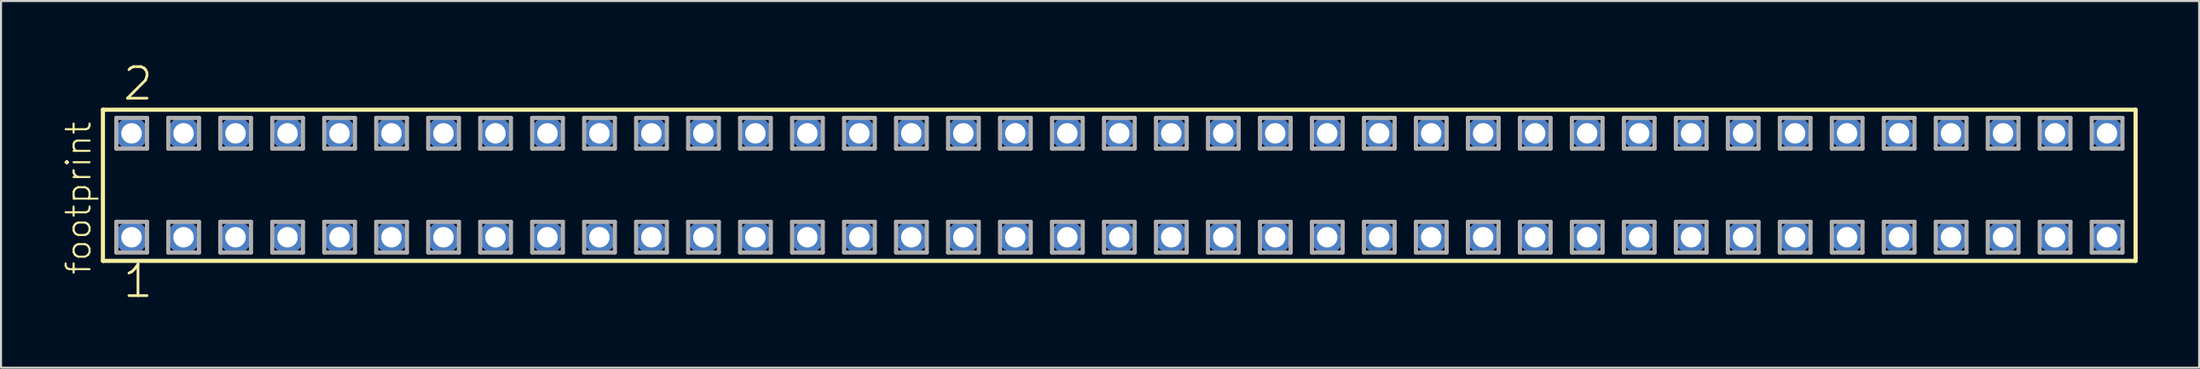
<source format=kicad_pcb>
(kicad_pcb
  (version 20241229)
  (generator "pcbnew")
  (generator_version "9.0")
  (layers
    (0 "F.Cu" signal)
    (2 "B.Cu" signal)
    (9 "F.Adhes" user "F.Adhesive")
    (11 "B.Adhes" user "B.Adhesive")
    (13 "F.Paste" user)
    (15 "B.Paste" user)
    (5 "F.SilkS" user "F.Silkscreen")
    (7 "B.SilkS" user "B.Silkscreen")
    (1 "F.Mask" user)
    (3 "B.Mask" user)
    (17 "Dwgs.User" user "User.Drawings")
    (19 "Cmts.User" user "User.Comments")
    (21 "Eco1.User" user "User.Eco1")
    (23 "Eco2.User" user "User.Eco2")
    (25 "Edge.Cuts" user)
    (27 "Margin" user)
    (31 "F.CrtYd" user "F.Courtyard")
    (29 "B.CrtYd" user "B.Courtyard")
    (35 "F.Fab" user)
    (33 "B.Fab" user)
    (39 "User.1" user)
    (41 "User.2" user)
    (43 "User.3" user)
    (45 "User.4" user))
  (footprint "footprint"
    (layer "F.Cu")
    (at 51.638 6.009)
    (property "Reference" "footprint" (at -50.165 4.445 90) (layer "F.SilkS") (effects (font (size 1.168 1.168) (thickness 0.102)) (justify left bottom)))
    (fp_line (start -49.659 -3.695) (end 49.659 -3.695) (stroke (width 0.203) (type solid)) (layer "F.SilkS"))
    (fp_line (start -49.659 3.695) (end -49.659 -3.695) (stroke (width 0.203) (type solid)) (layer "F.SilkS"))
    (fp_line (start 49.659 -3.695) (end 49.659 3.695) (stroke (width 0.203) (type solid)) (layer "F.SilkS"))
    (fp_line (start 49.659 3.695) (end -49.659 3.695) (stroke (width 0.203) (type solid)) (layer "F.SilkS"))
    (fp_line (start -49.005 -3.295) (end -47.505 -3.295) (stroke (width 0.203) (type solid)) (layer "F.Fab"))
    (fp_line (start -49.005 -1.795) (end -49.005 -3.295) (stroke (width 0.203) (type solid)) (layer "F.Fab"))
    (fp_line (start -49.005 1.785) (end -47.505 1.785) (stroke (width 0.203) (type solid)) (layer "F.Fab"))
    (fp_line (start -49.005 3.285) (end -49.005 1.785) (stroke (width 0.203) (type solid)) (layer "F.Fab"))
    (fp_line (start -47.505 -3.295) (end -47.505 -1.795) (stroke (width 0.203) (type solid)) (layer "F.Fab"))
    (fp_line (start -47.505 -1.795) (end -49.005 -1.795) (stroke (width 0.203) (type solid)) (layer "F.Fab"))
    (fp_line (start -47.505 1.785) (end -47.505 3.285) (stroke (width 0.203) (type solid)) (layer "F.Fab"))
    (fp_line (start -47.505 3.285) (end -49.005 3.285) (stroke (width 0.203) (type solid)) (layer "F.Fab"))
    (fp_line (start -46.465 -3.295) (end -44.965 -3.295) (stroke (width 0.203) (type solid)) (layer "F.Fab"))
    (fp_line (start -46.465 -1.795) (end -46.465 -3.295) (stroke (width 0.203) (type solid)) (layer "F.Fab"))
    (fp_line (start -46.465 1.785) (end -44.965 1.785) (stroke (width 0.203) (type solid)) (layer "F.Fab"))
    (fp_line (start -46.465 3.285) (end -46.465 1.785) (stroke (width 0.203) (type solid)) (layer "F.Fab"))
    (fp_line (start -44.965 -3.295) (end -44.965 -1.795) (stroke (width 0.203) (type solid)) (layer "F.Fab"))
    (fp_line (start -44.965 -1.795) (end -46.465 -1.795) (stroke (width 0.203) (type solid)) (layer "F.Fab"))
    (fp_line (start -44.965 1.785) (end -44.965 3.285) (stroke (width 0.203) (type solid)) (layer "F.Fab"))
    (fp_line (start -44.965 3.285) (end -46.465 3.285) (stroke (width 0.203) (type solid)) (layer "F.Fab"))
    (fp_line (start -43.925 -3.295) (end -42.425 -3.295) (stroke (width 0.203) (type solid)) (layer "F.Fab"))
    (fp_line (start -43.925 -1.795) (end -43.925 -3.295) (stroke (width 0.203) (type solid)) (layer "F.Fab"))
    (fp_line (start -43.925 1.785) (end -42.425 1.785) (stroke (width 0.203) (type solid)) (layer "F.Fab"))
    (fp_line (start -43.925 3.285) (end -43.925 1.785) (stroke (width 0.203) (type solid)) (layer "F.Fab"))
    (fp_line (start -42.425 -3.295) (end -42.425 -1.795) (stroke (width 0.203) (type solid)) (layer "F.Fab"))
    (fp_line (start -42.425 -1.795) (end -43.925 -1.795) (stroke (width 0.203) (type solid)) (layer "F.Fab"))
    (fp_line (start -42.425 1.785) (end -42.425 3.285) (stroke (width 0.203) (type solid)) (layer "F.Fab"))
    (fp_line (start -42.425 3.285) (end -43.925 3.285) (stroke (width 0.203) (type solid)) (layer "F.Fab"))
    (fp_line (start -41.385 -3.295) (end -39.885 -3.295) (stroke (width 0.203) (type solid)) (layer "F.Fab"))
    (fp_line (start -41.385 -1.795) (end -41.385 -3.295) (stroke (width 0.203) (type solid)) (layer "F.Fab"))
    (fp_line (start -41.385 1.785) (end -39.885 1.785) (stroke (width 0.203) (type solid)) (layer "F.Fab"))
    (fp_line (start -41.385 3.285) (end -41.385 1.785) (stroke (width 0.203) (type solid)) (layer "F.Fab"))
    (fp_line (start -39.885 -3.295) (end -39.885 -1.795) (stroke (width 0.203) (type solid)) (layer "F.Fab"))
    (fp_line (start -39.885 -1.795) (end -41.385 -1.795) (stroke (width 0.203) (type solid)) (layer "F.Fab"))
    (fp_line (start -39.885 1.785) (end -39.885 3.285) (stroke (width 0.203) (type solid)) (layer "F.Fab"))
    (fp_line (start -39.885 3.285) (end -41.385 3.285) (stroke (width 0.203) (type solid)) (layer "F.Fab"))
    (fp_line (start -38.845 -3.295) (end -37.345 -3.295) (stroke (width 0.203) (type solid)) (layer "F.Fab"))
    (fp_line (start -38.845 -1.795) (end -38.845 -3.295) (stroke (width 0.203) (type solid)) (layer "F.Fab"))
    (fp_line (start -38.845 1.785) (end -37.345 1.785) (stroke (width 0.203) (type solid)) (layer "F.Fab"))
    (fp_line (start -38.845 3.285) (end -38.845 1.785) (stroke (width 0.203) (type solid)) (layer "F.Fab"))
    (fp_line (start -37.345 -3.295) (end -37.345 -1.795) (stroke (width 0.203) (type solid)) (layer "F.Fab"))
    (fp_line (start -37.345 -1.795) (end -38.845 -1.795) (stroke (width 0.203) (type solid)) (layer "F.Fab"))
    (fp_line (start -37.345 1.785) (end -37.345 3.285) (stroke (width 0.203) (type solid)) (layer "F.Fab"))
    (fp_line (start -37.345 3.285) (end -38.845 3.285) (stroke (width 0.203) (type solid)) (layer "F.Fab"))
    (fp_line (start -36.305 -3.295) (end -34.805 -3.295) (stroke (width 0.203) (type solid)) (layer "F.Fab"))
    (fp_line (start -36.305 -1.795) (end -36.305 -3.295) (stroke (width 0.203) (type solid)) (layer "F.Fab"))
    (fp_line (start -36.305 1.785) (end -34.805 1.785) (stroke (width 0.203) (type solid)) (layer "F.Fab"))
    (fp_line (start -36.305 3.285) (end -36.305 1.785) (stroke (width 0.203) (type solid)) (layer "F.Fab"))
    (fp_line (start -34.805 -3.295) (end -34.805 -1.795) (stroke (width 0.203) (type solid)) (layer "F.Fab"))
    (fp_line (start -34.805 -1.795) (end -36.305 -1.795) (stroke (width 0.203) (type solid)) (layer "F.Fab"))
    (fp_line (start -34.805 1.785) (end -34.805 3.285) (stroke (width 0.203) (type solid)) (layer "F.Fab"))
    (fp_line (start -34.805 3.285) (end -36.305 3.285) (stroke (width 0.203) (type solid)) (layer "F.Fab"))
    (fp_line (start -33.765 -3.295) (end -32.265 -3.295) (stroke (width 0.203) (type solid)) (layer "F.Fab"))
    (fp_line (start -33.765 -1.795) (end -33.765 -3.295) (stroke (width 0.203) (type solid)) (layer "F.Fab"))
    (fp_line (start -33.765 1.785) (end -32.265 1.785) (stroke (width 0.203) (type solid)) (layer "F.Fab"))
    (fp_line (start -33.765 3.285) (end -33.765 1.785) (stroke (width 0.203) (type solid)) (layer "F.Fab"))
    (fp_line (start -32.265 -3.295) (end -32.265 -1.795) (stroke (width 0.203) (type solid)) (layer "F.Fab"))
    (fp_line (start -32.265 -1.795) (end -33.765 -1.795) (stroke (width 0.203) (type solid)) (layer "F.Fab"))
    (fp_line (start -32.265 1.785) (end -32.265 3.285) (stroke (width 0.203) (type solid)) (layer "F.Fab"))
    (fp_line (start -32.265 3.285) (end -33.765 3.285) (stroke (width 0.203) (type solid)) (layer "F.Fab"))
    (fp_line (start -31.225 -3.295) (end -29.725 -3.295) (stroke (width 0.203) (type solid)) (layer "F.Fab"))
    (fp_line (start -31.225 -1.795) (end -31.225 -3.295) (stroke (width 0.203) (type solid)) (layer "F.Fab"))
    (fp_line (start -31.225 1.785) (end -29.725 1.785) (stroke (width 0.203) (type solid)) (layer "F.Fab"))
    (fp_line (start -31.225 3.285) (end -31.225 1.785) (stroke (width 0.203) (type solid)) (layer "F.Fab"))
    (fp_line (start -29.725 -3.295) (end -29.725 -1.795) (stroke (width 0.203) (type solid)) (layer "F.Fab"))
    (fp_line (start -29.725 -1.795) (end -31.225 -1.795) (stroke (width 0.203) (type solid)) (layer "F.Fab"))
    (fp_line (start -29.725 1.785) (end -29.725 3.285) (stroke (width 0.203) (type solid)) (layer "F.Fab"))
    (fp_line (start -29.725 3.285) (end -31.225 3.285) (stroke (width 0.203) (type solid)) (layer "F.Fab"))
    (fp_line (start -28.685 -3.295) (end -27.185 -3.295) (stroke (width 0.203) (type solid)) (layer "F.Fab"))
    (fp_line (start -28.685 -1.795) (end -28.685 -3.295) (stroke (width 0.203) (type solid)) (layer "F.Fab"))
    (fp_line (start -28.685 1.785) (end -27.185 1.785) (stroke (width 0.203) (type solid)) (layer "F.Fab"))
    (fp_line (start -28.685 3.285) (end -28.685 1.785) (stroke (width 0.203) (type solid)) (layer "F.Fab"))
    (fp_line (start -27.185 -3.295) (end -27.185 -1.795) (stroke (width 0.203) (type solid)) (layer "F.Fab"))
    (fp_line (start -27.185 -1.795) (end -28.685 -1.795) (stroke (width 0.203) (type solid)) (layer "F.Fab"))
    (fp_line (start -27.185 1.785) (end -27.185 3.285) (stroke (width 0.203) (type solid)) (layer "F.Fab"))
    (fp_line (start -27.185 3.285) (end -28.685 3.285) (stroke (width 0.203) (type solid)) (layer "F.Fab"))
    (fp_line (start -26.145 -3.295) (end -24.645 -3.295) (stroke (width 0.203) (type solid)) (layer "F.Fab"))
    (fp_line (start -26.145 -1.795) (end -26.145 -3.295) (stroke (width 0.203) (type solid)) (layer "F.Fab"))
    (fp_line (start -26.145 1.785) (end -24.645 1.785) (stroke (width 0.203) (type solid)) (layer "F.Fab"))
    (fp_line (start -26.145 3.285) (end -26.145 1.785) (stroke (width 0.203) (type solid)) (layer "F.Fab"))
    (fp_line (start -24.645 -3.295) (end -24.645 -1.795) (stroke (width 0.203) (type solid)) (layer "F.Fab"))
    (fp_line (start -24.645 -1.795) (end -26.145 -1.795) (stroke (width 0.203) (type solid)) (layer "F.Fab"))
    (fp_line (start -24.645 1.785) (end -24.645 3.285) (stroke (width 0.203) (type solid)) (layer "F.Fab"))
    (fp_line (start -24.645 3.285) (end -26.145 3.285) (stroke (width 0.203) (type solid)) (layer "F.Fab"))
    (fp_line (start -23.605 -3.295) (end -22.105 -3.295) (stroke (width 0.203) (type solid)) (layer "F.Fab"))
    (fp_line (start -23.605 -1.795) (end -23.605 -3.295) (stroke (width 0.203) (type solid)) (layer "F.Fab"))
    (fp_line (start -23.605 1.785) (end -22.105 1.785) (stroke (width 0.203) (type solid)) (layer "F.Fab"))
    (fp_line (start -23.605 3.285) (end -23.605 1.785) (stroke (width 0.203) (type solid)) (layer "F.Fab"))
    (fp_line (start -22.105 -3.295) (end -22.105 -1.795) (stroke (width 0.203) (type solid)) (layer "F.Fab"))
    (fp_line (start -22.105 -1.795) (end -23.605 -1.795) (stroke (width 0.203) (type solid)) (layer "F.Fab"))
    (fp_line (start -22.105 1.785) (end -22.105 3.285) (stroke (width 0.203) (type solid)) (layer "F.Fab"))
    (fp_line (start -22.105 3.285) (end -23.605 3.285) (stroke (width 0.203) (type solid)) (layer "F.Fab"))
    (fp_line (start -21.065 -3.295) (end -19.565 -3.295) (stroke (width 0.203) (type solid)) (layer "F.Fab"))
    (fp_line (start -21.065 -1.795) (end -21.065 -3.295) (stroke (width 0.203) (type solid)) (layer "F.Fab"))
    (fp_line (start -21.065 1.785) (end -19.565 1.785) (stroke (width 0.203) (type solid)) (layer "F.Fab"))
    (fp_line (start -21.065 3.285) (end -21.065 1.785) (stroke (width 0.203) (type solid)) (layer "F.Fab"))
    (fp_line (start -19.565 -3.295) (end -19.565 -1.795) (stroke (width 0.203) (type solid)) (layer "F.Fab"))
    (fp_line (start -19.565 -1.795) (end -21.065 -1.795) (stroke (width 0.203) (type solid)) (layer "F.Fab"))
    (fp_line (start -19.565 1.785) (end -19.565 3.285) (stroke (width 0.203) (type solid)) (layer "F.Fab"))
    (fp_line (start -19.565 3.285) (end -21.065 3.285) (stroke (width 0.203) (type solid)) (layer "F.Fab"))
    (fp_line (start -18.525 -3.295) (end -17.025 -3.295) (stroke (width 0.203) (type solid)) (layer "F.Fab"))
    (fp_line (start -18.525 -1.795) (end -18.525 -3.295) (stroke (width 0.203) (type solid)) (layer "F.Fab"))
    (fp_line (start -18.525 1.785) (end -17.025 1.785) (stroke (width 0.203) (type solid)) (layer "F.Fab"))
    (fp_line (start -18.525 3.285) (end -18.525 1.785) (stroke (width 0.203) (type solid)) (layer "F.Fab"))
    (fp_line (start -17.025 -3.295) (end -17.025 -1.795) (stroke (width 0.203) (type solid)) (layer "F.Fab"))
    (fp_line (start -17.025 -1.795) (end -18.525 -1.795) (stroke (width 0.203) (type solid)) (layer "F.Fab"))
    (fp_line (start -17.025 1.785) (end -17.025 3.285) (stroke (width 0.203) (type solid)) (layer "F.Fab"))
    (fp_line (start -17.025 3.285) (end -18.525 3.285) (stroke (width 0.203) (type solid)) (layer "F.Fab"))
    (fp_line (start -15.985 -3.295) (end -14.485 -3.295) (stroke (width 0.203) (type solid)) (layer "F.Fab"))
    (fp_line (start -15.985 -1.795) (end -15.985 -3.295) (stroke (width 0.203) (type solid)) (layer "F.Fab"))
    (fp_line (start -15.985 1.785) (end -14.485 1.785) (stroke (width 0.203) (type solid)) (layer "F.Fab"))
    (fp_line (start -15.985 3.285) (end -15.985 1.785) (stroke (width 0.203) (type solid)) (layer "F.Fab"))
    (fp_line (start -14.485 -3.295) (end -14.485 -1.795) (stroke (width 0.203) (type solid)) (layer "F.Fab"))
    (fp_line (start -14.485 -1.795) (end -15.985 -1.795) (stroke (width 0.203) (type solid)) (layer "F.Fab"))
    (fp_line (start -14.485 1.785) (end -14.485 3.285) (stroke (width 0.203) (type solid)) (layer "F.Fab"))
    (fp_line (start -14.485 3.285) (end -15.985 3.285) (stroke (width 0.203) (type solid)) (layer "F.Fab"))
    (fp_line (start -13.445 -3.295) (end -11.945 -3.295) (stroke (width 0.203) (type solid)) (layer "F.Fab"))
    (fp_line (start -13.445 -1.795) (end -13.445 -3.295) (stroke (width 0.203) (type solid)) (layer "F.Fab"))
    (fp_line (start -13.445 1.785) (end -11.945 1.785) (stroke (width 0.203) (type solid)) (layer "F.Fab"))
    (fp_line (start -13.445 3.285) (end -13.445 1.785) (stroke (width 0.203) (type solid)) (layer "F.Fab"))
    (fp_line (start -11.945 -3.295) (end -11.945 -1.795) (stroke (width 0.203) (type solid)) (layer "F.Fab"))
    (fp_line (start -11.945 -1.795) (end -13.445 -1.795) (stroke (width 0.203) (type solid)) (layer "F.Fab"))
    (fp_line (start -11.945 1.785) (end -11.945 3.285) (stroke (width 0.203) (type solid)) (layer "F.Fab"))
    (fp_line (start -11.945 3.285) (end -13.445 3.285) (stroke (width 0.203) (type solid)) (layer "F.Fab"))
    (fp_line (start -10.905 -3.295) (end -9.405 -3.295) (stroke (width 0.203) (type solid)) (layer "F.Fab"))
    (fp_line (start -10.905 -1.795) (end -10.905 -3.295) (stroke (width 0.203) (type solid)) (layer "F.Fab"))
    (fp_line (start -10.905 1.785) (end -9.405 1.785) (stroke (width 0.203) (type solid)) (layer "F.Fab"))
    (fp_line (start -10.905 3.285) (end -10.905 1.785) (stroke (width 0.203) (type solid)) (layer "F.Fab"))
    (fp_line (start -9.405 -3.295) (end -9.405 -1.795) (stroke (width 0.203) (type solid)) (layer "F.Fab"))
    (fp_line (start -9.405 -1.795) (end -10.905 -1.795) (stroke (width 0.203) (type solid)) (layer "F.Fab"))
    (fp_line (start -9.405 1.785) (end -9.405 3.285) (stroke (width 0.203) (type solid)) (layer "F.Fab"))
    (fp_line (start -9.405 3.285) (end -10.905 3.285) (stroke (width 0.203) (type solid)) (layer "F.Fab"))
    (fp_line (start -8.365 -3.295) (end -6.865 -3.295) (stroke (width 0.203) (type solid)) (layer "F.Fab"))
    (fp_line (start -8.365 -1.795) (end -8.365 -3.295) (stroke (width 0.203) (type solid)) (layer "F.Fab"))
    (fp_line (start -8.365 1.785) (end -6.865 1.785) (stroke (width 0.203) (type solid)) (layer "F.Fab"))
    (fp_line (start -8.365 3.285) (end -8.365 1.785) (stroke (width 0.203) (type solid)) (layer "F.Fab"))
    (fp_line (start -6.865 -3.295) (end -6.865 -1.795) (stroke (width 0.203) (type solid)) (layer "F.Fab"))
    (fp_line (start -6.865 -1.795) (end -8.365 -1.795) (stroke (width 0.203) (type solid)) (layer "F.Fab"))
    (fp_line (start -6.865 1.785) (end -6.865 3.285) (stroke (width 0.203) (type solid)) (layer "F.Fab"))
    (fp_line (start -6.865 3.285) (end -8.365 3.285) (stroke (width 0.203) (type solid)) (layer "F.Fab"))
    (fp_line (start -5.825 -3.295) (end -4.325 -3.295) (stroke (width 0.203) (type solid)) (layer "F.Fab"))
    (fp_line (start -5.825 -1.795) (end -5.825 -3.295) (stroke (width 0.203) (type solid)) (layer "F.Fab"))
    (fp_line (start -5.825 1.785) (end -4.325 1.785) (stroke (width 0.203) (type solid)) (layer "F.Fab"))
    (fp_line (start -5.825 3.285) (end -5.825 1.785) (stroke (width 0.203) (type solid)) (layer "F.Fab"))
    (fp_line (start -4.325 -3.295) (end -4.325 -1.795) (stroke (width 0.203) (type solid)) (layer "F.Fab"))
    (fp_line (start -4.325 -1.795) (end -5.825 -1.795) (stroke (width 0.203) (type solid)) (layer "F.Fab"))
    (fp_line (start -4.325 1.785) (end -4.325 3.285) (stroke (width 0.203) (type solid)) (layer "F.Fab"))
    (fp_line (start -4.325 3.285) (end -5.825 3.285) (stroke (width 0.203) (type solid)) (layer "F.Fab"))
    (fp_line (start -3.285 -3.295) (end -1.785 -3.295) (stroke (width 0.203) (type solid)) (layer "F.Fab"))
    (fp_line (start -3.285 -1.795) (end -3.285 -3.295) (stroke (width 0.203) (type solid)) (layer "F.Fab"))
    (fp_line (start -3.285 1.785) (end -1.785 1.785) (stroke (width 0.203) (type solid)) (layer "F.Fab"))
    (fp_line (start -3.285 3.285) (end -3.285 1.785) (stroke (width 0.203) (type solid)) (layer "F.Fab"))
    (fp_line (start -1.785 -3.295) (end -1.785 -1.795) (stroke (width 0.203) (type solid)) (layer "F.Fab"))
    (fp_line (start -1.785 -1.795) (end -3.285 -1.795) (stroke (width 0.203) (type solid)) (layer "F.Fab"))
    (fp_line (start -1.785 1.785) (end -1.785 3.285) (stroke (width 0.203) (type solid)) (layer "F.Fab"))
    (fp_line (start -1.785 3.285) (end -3.285 3.285) (stroke (width 0.203) (type solid)) (layer "F.Fab"))
    (fp_line (start -0.745 -3.295) (end 0.755 -3.295) (stroke (width 0.203) (type solid)) (layer "F.Fab"))
    (fp_line (start -0.745 -1.795) (end -0.745 -3.295) (stroke (width 0.203) (type solid)) (layer "F.Fab"))
    (fp_line (start -0.745 1.785) (end 0.755 1.785) (stroke (width 0.203) (type solid)) (layer "F.Fab"))
    (fp_line (start -0.745 3.285) (end -0.745 1.785) (stroke (width 0.203) (type solid)) (layer "F.Fab"))
    (fp_line (start 0.755 -3.295) (end 0.755 -1.795) (stroke (width 0.203) (type solid)) (layer "F.Fab"))
    (fp_line (start 0.755 -1.795) (end -0.745 -1.795) (stroke (width 0.203) (type solid)) (layer "F.Fab"))
    (fp_line (start 0.755 1.785) (end 0.755 3.285) (stroke (width 0.203) (type solid)) (layer "F.Fab"))
    (fp_line (start 0.755 3.285) (end -0.745 3.285) (stroke (width 0.203) (type solid)) (layer "F.Fab"))
    (fp_line (start 1.795 -3.295) (end 3.295 -3.295) (stroke (width 0.203) (type solid)) (layer "F.Fab"))
    (fp_line (start 1.795 -1.795) (end 1.795 -3.295) (stroke (width 0.203) (type solid)) (layer "F.Fab"))
    (fp_line (start 1.795 1.785) (end 3.295 1.785) (stroke (width 0.203) (type solid)) (layer "F.Fab"))
    (fp_line (start 1.795 3.285) (end 1.795 1.785) (stroke (width 0.203) (type solid)) (layer "F.Fab"))
    (fp_line (start 3.295 -3.295) (end 3.295 -1.795) (stroke (width 0.203) (type solid)) (layer "F.Fab"))
    (fp_line (start 3.295 -1.795) (end 1.795 -1.795) (stroke (width 0.203) (type solid)) (layer "F.Fab"))
    (fp_line (start 3.295 1.785) (end 3.295 3.285) (stroke (width 0.203) (type solid)) (layer "F.Fab"))
    (fp_line (start 3.295 3.285) (end 1.795 3.285) (stroke (width 0.203) (type solid)) (layer "F.Fab"))
    (fp_line (start 4.335 -3.295) (end 5.835 -3.295) (stroke (width 0.203) (type solid)) (layer "F.Fab"))
    (fp_line (start 4.335 -1.795) (end 4.335 -3.295) (stroke (width 0.203) (type solid)) (layer "F.Fab"))
    (fp_line (start 4.335 1.785) (end 5.835 1.785) (stroke (width 0.203) (type solid)) (layer "F.Fab"))
    (fp_line (start 4.335 3.285) (end 4.335 1.785) (stroke (width 0.203) (type solid)) (layer "F.Fab"))
    (fp_line (start 5.835 -3.295) (end 5.835 -1.795) (stroke (width 0.203) (type solid)) (layer "F.Fab"))
    (fp_line (start 5.835 -1.795) (end 4.335 -1.795) (stroke (width 0.203) (type solid)) (layer "F.Fab"))
    (fp_line (start 5.835 1.785) (end 5.835 3.285) (stroke (width 0.203) (type solid)) (layer "F.Fab"))
    (fp_line (start 5.835 3.285) (end 4.335 3.285) (stroke (width 0.203) (type solid)) (layer "F.Fab"))
    (fp_line (start 6.875 -3.295) (end 8.375 -3.295) (stroke (width 0.203) (type solid)) (layer "F.Fab"))
    (fp_line (start 6.875 -1.795) (end 6.875 -3.295) (stroke (width 0.203) (type solid)) (layer "F.Fab"))
    (fp_line (start 6.875 1.785) (end 8.375 1.785) (stroke (width 0.203) (type solid)) (layer "F.Fab"))
    (fp_line (start 6.875 3.285) (end 6.875 1.785) (stroke (width 0.203) (type solid)) (layer "F.Fab"))
    (fp_line (start 8.375 -3.295) (end 8.375 -1.795) (stroke (width 0.203) (type solid)) (layer "F.Fab"))
    (fp_line (start 8.375 -1.795) (end 6.875 -1.795) (stroke (width 0.203) (type solid)) (layer "F.Fab"))
    (fp_line (start 8.375 1.785) (end 8.375 3.285) (stroke (width 0.203) (type solid)) (layer "F.Fab"))
    (fp_line (start 8.375 3.285) (end 6.875 3.285) (stroke (width 0.203) (type solid)) (layer "F.Fab"))
    (fp_line (start 9.415 -3.295) (end 10.915 -3.295) (stroke (width 0.203) (type solid)) (layer "F.Fab"))
    (fp_line (start 9.415 -1.795) (end 9.415 -3.295) (stroke (width 0.203) (type solid)) (layer "F.Fab"))
    (fp_line (start 9.415 1.785) (end 10.915 1.785) (stroke (width 0.203) (type solid)) (layer "F.Fab"))
    (fp_line (start 9.415 3.285) (end 9.415 1.785) (stroke (width 0.203) (type solid)) (layer "F.Fab"))
    (fp_line (start 10.915 -3.295) (end 10.915 -1.795) (stroke (width 0.203) (type solid)) (layer "F.Fab"))
    (fp_line (start 10.915 -1.795) (end 9.415 -1.795) (stroke (width 0.203) (type solid)) (layer "F.Fab"))
    (fp_line (start 10.915 1.785) (end 10.915 3.285) (stroke (width 0.203) (type solid)) (layer "F.Fab"))
    (fp_line (start 10.915 3.285) (end 9.415 3.285) (stroke (width 0.203) (type solid)) (layer "F.Fab"))
    (fp_line (start 11.955 -3.295) (end 13.455 -3.295) (stroke (width 0.203) (type solid)) (layer "F.Fab"))
    (fp_line (start 11.955 -1.795) (end 11.955 -3.295) (stroke (width 0.203) (type solid)) (layer "F.Fab"))
    (fp_line (start 11.955 1.785) (end 13.455 1.785) (stroke (width 0.203) (type solid)) (layer "F.Fab"))
    (fp_line (start 11.955 3.285) (end 11.955 1.785) (stroke (width 0.203) (type solid)) (layer "F.Fab"))
    (fp_line (start 13.455 -3.295) (end 13.455 -1.795) (stroke (width 0.203) (type solid)) (layer "F.Fab"))
    (fp_line (start 13.455 -1.795) (end 11.955 -1.795) (stroke (width 0.203) (type solid)) (layer "F.Fab"))
    (fp_line (start 13.455 1.785) (end 13.455 3.285) (stroke (width 0.203) (type solid)) (layer "F.Fab"))
    (fp_line (start 13.455 3.285) (end 11.955 3.285) (stroke (width 0.203) (type solid)) (layer "F.Fab"))
    (fp_line (start 14.495 -3.295) (end 15.995 -3.295) (stroke (width 0.203) (type solid)) (layer "F.Fab"))
    (fp_line (start 14.495 -1.795) (end 14.495 -3.295) (stroke (width 0.203) (type solid)) (layer "F.Fab"))
    (fp_line (start 14.495 1.785) (end 15.995 1.785) (stroke (width 0.203) (type solid)) (layer "F.Fab"))
    (fp_line (start 14.495 3.285) (end 14.495 1.785) (stroke (width 0.203) (type solid)) (layer "F.Fab"))
    (fp_line (start 15.995 -3.295) (end 15.995 -1.795) (stroke (width 0.203) (type solid)) (layer "F.Fab"))
    (fp_line (start 15.995 -1.795) (end 14.495 -1.795) (stroke (width 0.203) (type solid)) (layer "F.Fab"))
    (fp_line (start 15.995 1.785) (end 15.995 3.285) (stroke (width 0.203) (type solid)) (layer "F.Fab"))
    (fp_line (start 15.995 3.285) (end 14.495 3.285) (stroke (width 0.203) (type solid)) (layer "F.Fab"))
    (fp_line (start 17.035 -3.295) (end 18.535 -3.295) (stroke (width 0.203) (type solid)) (layer "F.Fab"))
    (fp_line (start 17.035 -1.795) (end 17.035 -3.295) (stroke (width 0.203) (type solid)) (layer "F.Fab"))
    (fp_line (start 17.035 1.785) (end 18.535 1.785) (stroke (width 0.203) (type solid)) (layer "F.Fab"))
    (fp_line (start 17.035 3.285) (end 17.035 1.785) (stroke (width 0.203) (type solid)) (layer "F.Fab"))
    (fp_line (start 18.535 -3.295) (end 18.535 -1.795) (stroke (width 0.203) (type solid)) (layer "F.Fab"))
    (fp_line (start 18.535 -1.795) (end 17.035 -1.795) (stroke (width 0.203) (type solid)) (layer "F.Fab"))
    (fp_line (start 18.535 1.785) (end 18.535 3.285) (stroke (width 0.203) (type solid)) (layer "F.Fab"))
    (fp_line (start 18.535 3.285) (end 17.035 3.285) (stroke (width 0.203) (type solid)) (layer "F.Fab"))
    (fp_line (start 19.575 -3.295) (end 21.075 -3.295) (stroke (width 0.203) (type solid)) (layer "F.Fab"))
    (fp_line (start 19.575 -1.795) (end 19.575 -3.295) (stroke (width 0.203) (type solid)) (layer "F.Fab"))
    (fp_line (start 19.575 1.785) (end 21.075 1.785) (stroke (width 0.203) (type solid)) (layer "F.Fab"))
    (fp_line (start 19.575 3.285) (end 19.575 1.785) (stroke (width 0.203) (type solid)) (layer "F.Fab"))
    (fp_line (start 21.075 -3.295) (end 21.075 -1.795) (stroke (width 0.203) (type solid)) (layer "F.Fab"))
    (fp_line (start 21.075 -1.795) (end 19.575 -1.795) (stroke (width 0.203) (type solid)) (layer "F.Fab"))
    (fp_line (start 21.075 1.785) (end 21.075 3.285) (stroke (width 0.203) (type solid)) (layer "F.Fab"))
    (fp_line (start 21.075 3.285) (end 19.575 3.285) (stroke (width 0.203) (type solid)) (layer "F.Fab"))
    (fp_line (start 22.115 -3.295) (end 23.615 -3.295) (stroke (width 0.203) (type solid)) (layer "F.Fab"))
    (fp_line (start 22.115 -1.795) (end 22.115 -3.295) (stroke (width 0.203) (type solid)) (layer "F.Fab"))
    (fp_line (start 22.115 1.785) (end 23.615 1.785) (stroke (width 0.203) (type solid)) (layer "F.Fab"))
    (fp_line (start 22.115 3.285) (end 22.115 1.785) (stroke (width 0.203) (type solid)) (layer "F.Fab"))
    (fp_line (start 23.615 -3.295) (end 23.615 -1.795) (stroke (width 0.203) (type solid)) (layer "F.Fab"))
    (fp_line (start 23.615 -1.795) (end 22.115 -1.795) (stroke (width 0.203) (type solid)) (layer "F.Fab"))
    (fp_line (start 23.615 1.785) (end 23.615 3.285) (stroke (width 0.203) (type solid)) (layer "F.Fab"))
    (fp_line (start 23.615 3.285) (end 22.115 3.285) (stroke (width 0.203) (type solid)) (layer "F.Fab"))
    (fp_line (start 24.655 -3.295) (end 26.155 -3.295) (stroke (width 0.203) (type solid)) (layer "F.Fab"))
    (fp_line (start 24.655 -1.795) (end 24.655 -3.295) (stroke (width 0.203) (type solid)) (layer "F.Fab"))
    (fp_line (start 24.655 1.785) (end 26.155 1.785) (stroke (width 0.203) (type solid)) (layer "F.Fab"))
    (fp_line (start 24.655 3.285) (end 24.655 1.785) (stroke (width 0.203) (type solid)) (layer "F.Fab"))
    (fp_line (start 26.155 -3.295) (end 26.155 -1.795) (stroke (width 0.203) (type solid)) (layer "F.Fab"))
    (fp_line (start 26.155 -1.795) (end 24.655 -1.795) (stroke (width 0.203) (type solid)) (layer "F.Fab"))
    (fp_line (start 26.155 1.785) (end 26.155 3.285) (stroke (width 0.203) (type solid)) (layer "F.Fab"))
    (fp_line (start 26.155 3.285) (end 24.655 3.285) (stroke (width 0.203) (type solid)) (layer "F.Fab"))
    (fp_line (start 27.195 -3.295) (end 28.695 -3.295) (stroke (width 0.203) (type solid)) (layer "F.Fab"))
    (fp_line (start 27.195 -1.795) (end 27.195 -3.295) (stroke (width 0.203) (type solid)) (layer "F.Fab"))
    (fp_line (start 27.195 1.785) (end 28.695 1.785) (stroke (width 0.203) (type solid)) (layer "F.Fab"))
    (fp_line (start 27.195 3.285) (end 27.195 1.785) (stroke (width 0.203) (type solid)) (layer "F.Fab"))
    (fp_line (start 28.695 -3.295) (end 28.695 -1.795) (stroke (width 0.203) (type solid)) (layer "F.Fab"))
    (fp_line (start 28.695 -1.795) (end 27.195 -1.795) (stroke (width 0.203) (type solid)) (layer "F.Fab"))
    (fp_line (start 28.695 1.785) (end 28.695 3.285) (stroke (width 0.203) (type solid)) (layer "F.Fab"))
    (fp_line (start 28.695 3.285) (end 27.195 3.285) (stroke (width 0.203) (type solid)) (layer "F.Fab"))
    (fp_line (start 29.735 -3.295) (end 31.235 -3.295) (stroke (width 0.203) (type solid)) (layer "F.Fab"))
    (fp_line (start 29.735 -1.795) (end 29.735 -3.295) (stroke (width 0.203) (type solid)) (layer "F.Fab"))
    (fp_line (start 29.735 1.785) (end 31.235 1.785) (stroke (width 0.203) (type solid)) (layer "F.Fab"))
    (fp_line (start 29.735 3.285) (end 29.735 1.785) (stroke (width 0.203) (type solid)) (layer "F.Fab"))
    (fp_line (start 31.235 -3.295) (end 31.235 -1.795) (stroke (width 0.203) (type solid)) (layer "F.Fab"))
    (fp_line (start 31.235 -1.795) (end 29.735 -1.795) (stroke (width 0.203) (type solid)) (layer "F.Fab"))
    (fp_line (start 31.235 1.785) (end 31.235 3.285) (stroke (width 0.203) (type solid)) (layer "F.Fab"))
    (fp_line (start 31.235 3.285) (end 29.735 3.285) (stroke (width 0.203) (type solid)) (layer "F.Fab"))
    (fp_line (start 32.275 -3.295) (end 33.775 -3.295) (stroke (width 0.203) (type solid)) (layer "F.Fab"))
    (fp_line (start 32.275 -1.795) (end 32.275 -3.295) (stroke (width 0.203) (type solid)) (layer "F.Fab"))
    (fp_line (start 32.275 1.785) (end 33.775 1.785) (stroke (width 0.203) (type solid)) (layer "F.Fab"))
    (fp_line (start 32.275 3.285) (end 32.275 1.785) (stroke (width 0.203) (type solid)) (layer "F.Fab"))
    (fp_line (start 33.775 -3.295) (end 33.775 -1.795) (stroke (width 0.203) (type solid)) (layer "F.Fab"))
    (fp_line (start 33.775 -1.795) (end 32.275 -1.795) (stroke (width 0.203) (type solid)) (layer "F.Fab"))
    (fp_line (start 33.775 1.785) (end 33.775 3.285) (stroke (width 0.203) (type solid)) (layer "F.Fab"))
    (fp_line (start 33.775 3.285) (end 32.275 3.285) (stroke (width 0.203) (type solid)) (layer "F.Fab"))
    (fp_line (start 34.815 -3.295) (end 36.315 -3.295) (stroke (width 0.203) (type solid)) (layer "F.Fab"))
    (fp_line (start 34.815 -1.795) (end 34.815 -3.295) (stroke (width 0.203) (type solid)) (layer "F.Fab"))
    (fp_line (start 34.815 1.785) (end 36.315 1.785) (stroke (width 0.203) (type solid)) (layer "F.Fab"))
    (fp_line (start 34.815 3.285) (end 34.815 1.785) (stroke (width 0.203) (type solid)) (layer "F.Fab"))
    (fp_line (start 36.315 -3.295) (end 36.315 -1.795) (stroke (width 0.203) (type solid)) (layer "F.Fab"))
    (fp_line (start 36.315 -1.795) (end 34.815 -1.795) (stroke (width 0.203) (type solid)) (layer "F.Fab"))
    (fp_line (start 36.315 1.785) (end 36.315 3.285) (stroke (width 0.203) (type solid)) (layer "F.Fab"))
    (fp_line (start 36.315 3.285) (end 34.815 3.285) (stroke (width 0.203) (type solid)) (layer "F.Fab"))
    (fp_line (start 37.355 -3.295) (end 38.855 -3.295) (stroke (width 0.203) (type solid)) (layer "F.Fab"))
    (fp_line (start 37.355 -1.795) (end 37.355 -3.295) (stroke (width 0.203) (type solid)) (layer "F.Fab"))
    (fp_line (start 37.355 1.785) (end 38.855 1.785) (stroke (width 0.203) (type solid)) (layer "F.Fab"))
    (fp_line (start 37.355 3.285) (end 37.355 1.785) (stroke (width 0.203) (type solid)) (layer "F.Fab"))
    (fp_line (start 38.855 -3.295) (end 38.855 -1.795) (stroke (width 0.203) (type solid)) (layer "F.Fab"))
    (fp_line (start 38.855 -1.795) (end 37.355 -1.795) (stroke (width 0.203) (type solid)) (layer "F.Fab"))
    (fp_line (start 38.855 1.785) (end 38.855 3.285) (stroke (width 0.203) (type solid)) (layer "F.Fab"))
    (fp_line (start 38.855 3.285) (end 37.355 3.285) (stroke (width 0.203) (type solid)) (layer "F.Fab"))
    (fp_line (start 39.895 -3.295) (end 41.395 -3.295) (stroke (width 0.203) (type solid)) (layer "F.Fab"))
    (fp_line (start 39.895 -1.795) (end 39.895 -3.295) (stroke (width 0.203) (type solid)) (layer "F.Fab"))
    (fp_line (start 39.895 1.785) (end 41.395 1.785) (stroke (width 0.203) (type solid)) (layer "F.Fab"))
    (fp_line (start 39.895 3.285) (end 39.895 1.785) (stroke (width 0.203) (type solid)) (layer "F.Fab"))
    (fp_line (start 41.395 -3.295) (end 41.395 -1.795) (stroke (width 0.203) (type solid)) (layer "F.Fab"))
    (fp_line (start 41.395 -1.795) (end 39.895 -1.795) (stroke (width 0.203) (type solid)) (layer "F.Fab"))
    (fp_line (start 41.395 1.785) (end 41.395 3.285) (stroke (width 0.203) (type solid)) (layer "F.Fab"))
    (fp_line (start 41.395 3.285) (end 39.895 3.285) (stroke (width 0.203) (type solid)) (layer "F.Fab"))
    (fp_line (start 42.435 -3.295) (end 43.935 -3.295) (stroke (width 0.203) (type solid)) (layer "F.Fab"))
    (fp_line (start 42.435 -1.795) (end 42.435 -3.295) (stroke (width 0.203) (type solid)) (layer "F.Fab"))
    (fp_line (start 42.435 1.785) (end 43.935 1.785) (stroke (width 0.203) (type solid)) (layer "F.Fab"))
    (fp_line (start 42.435 3.285) (end 42.435 1.785) (stroke (width 0.203) (type solid)) (layer "F.Fab"))
    (fp_line (start 43.935 -3.295) (end 43.935 -1.795) (stroke (width 0.203) (type solid)) (layer "F.Fab"))
    (fp_line (start 43.935 -1.795) (end 42.435 -1.795) (stroke (width 0.203) (type solid)) (layer "F.Fab"))
    (fp_line (start 43.935 1.785) (end 43.935 3.285) (stroke (width 0.203) (type solid)) (layer "F.Fab"))
    (fp_line (start 43.935 3.285) (end 42.435 3.285) (stroke (width 0.203) (type solid)) (layer "F.Fab"))
    (fp_line (start 44.975 -3.295) (end 46.475 -3.295) (stroke (width 0.203) (type solid)) (layer "F.Fab"))
    (fp_line (start 44.975 -1.795) (end 44.975 -3.295) (stroke (width 0.203) (type solid)) (layer "F.Fab"))
    (fp_line (start 44.975 1.785) (end 46.475 1.785) (stroke (width 0.203) (type solid)) (layer "F.Fab"))
    (fp_line (start 44.975 3.285) (end 44.975 1.785) (stroke (width 0.203) (type solid)) (layer "F.Fab"))
    (fp_line (start 46.475 -3.295) (end 46.475 -1.795) (stroke (width 0.203) (type solid)) (layer "F.Fab"))
    (fp_line (start 46.475 -1.795) (end 44.975 -1.795) (stroke (width 0.203) (type solid)) (layer "F.Fab"))
    (fp_line (start 46.475 1.785) (end 46.475 3.285) (stroke (width 0.203) (type solid)) (layer "F.Fab"))
    (fp_line (start 46.475 3.285) (end 44.975 3.285) (stroke (width 0.203) (type solid)) (layer "F.Fab"))
    (fp_line (start 47.515 -3.295) (end 49.015 -3.295) (stroke (width 0.203) (type solid)) (layer "F.Fab"))
    (fp_line (start 47.515 -1.795) (end 47.515 -3.295) (stroke (width 0.203) (type solid)) (layer "F.Fab"))
    (fp_line (start 47.515 1.785) (end 49.015 1.785) (stroke (width 0.203) (type solid)) (layer "F.Fab"))
    (fp_line (start 47.515 3.285) (end 47.515 1.785) (stroke (width 0.203) (type solid)) (layer "F.Fab"))
    (fp_line (start 49.015 -3.295) (end 49.015 -1.795) (stroke (width 0.203) (type solid)) (layer "F.Fab"))
    (fp_line (start 49.015 -1.795) (end 47.515 -1.795) (stroke (width 0.203) (type solid)) (layer "F.Fab"))
    (fp_line (start 49.015 1.785) (end 49.015 3.285) (stroke (width 0.203) (type solid)) (layer "F.Fab"))
    (fp_line (start 49.015 3.285) (end 47.515 3.285) (stroke (width 0.203) (type solid)) (layer "F.Fab"))
    (fp_text user "2" (at -48.768 -4.064 0) (layer "F.SilkS") (effects (font (size 1.542 1.542) (thickness 0.134)) (justify left bottom)))
    (fp_text user "1" (at -48.768 5.588 0) (layer "F.SilkS") (effects (font (size 1.542 1.542) (thickness 0.134)) (justify left bottom)))
    (pad "1" thru_hole roundrect (at -48.26 2.54) (size 1.5 1.5) (drill 1) (layers "*.Cu" "*.Mask") (roundrect_rratio 0.25) (chamfer_ratio 0.25) (chamfer top_left top_right bottom_left bottom_right))
    (pad "2" thru_hole roundrect (at -48.26 -2.54) (size 1.5 1.5) (drill 1) (layers "*.Cu" "*.Mask") (roundrect_rratio 0.25) (chamfer_ratio 0.25) (chamfer top_left top_right bottom_left bottom_right))
    (pad "3" thru_hole roundrect (at -45.72 2.54) (size 1.5 1.5) (drill 1) (layers "*.Cu" "*.Mask") (roundrect_rratio 0.25) (chamfer_ratio 0.25) (chamfer top_left top_right bottom_left bottom_right))
    (pad "4" thru_hole roundrect (at -45.72 -2.54) (size 1.5 1.5) (drill 1) (layers "*.Cu" "*.Mask") (roundrect_rratio 0.25) (chamfer_ratio 0.25) (chamfer top_left top_right bottom_left bottom_right))
    (pad "5" thru_hole roundrect (at -43.18 2.54) (size 1.5 1.5) (drill 1) (layers "*.Cu" "*.Mask") (roundrect_rratio 0.25) (chamfer_ratio 0.25) (chamfer top_left top_right bottom_left bottom_right))
    (pad "6" thru_hole roundrect (at -43.18 -2.54) (size 1.5 1.5) (drill 1) (layers "*.Cu" "*.Mask") (roundrect_rratio 0.25) (chamfer_ratio 0.25) (chamfer top_left top_right bottom_left bottom_right))
    (pad "7" thru_hole roundrect (at -40.64 2.54) (size 1.5 1.5) (drill 1) (layers "*.Cu" "*.Mask") (roundrect_rratio 0.25) (chamfer_ratio 0.25) (chamfer top_left top_right bottom_left bottom_right))
    (pad "8" thru_hole roundrect (at -40.64 -2.54) (size 1.5 1.5) (drill 1) (layers "*.Cu" "*.Mask") (roundrect_rratio 0.25) (chamfer_ratio 0.25) (chamfer top_left top_right bottom_left bottom_right))
    (pad "9" thru_hole roundrect (at -38.1 2.54) (size 1.5 1.5) (drill 1) (layers "*.Cu" "*.Mask") (roundrect_rratio 0.25) (chamfer_ratio 0.25) (chamfer top_left top_right bottom_left bottom_right))
    (pad "10" thru_hole roundrect (at -38.1 -2.54) (size 1.5 1.5) (drill 1) (layers "*.Cu" "*.Mask") (roundrect_rratio 0.25) (chamfer_ratio 0.25) (chamfer top_left top_right bottom_left bottom_right))
    (pad "11" thru_hole roundrect (at -35.56 2.54) (size 1.5 1.5) (drill 1) (layers "*.Cu" "*.Mask") (roundrect_rratio 0.25) (chamfer_ratio 0.25) (chamfer top_left top_right bottom_left bottom_right))
    (pad "12" thru_hole roundrect (at -35.56 -2.54) (size 1.5 1.5) (drill 1) (layers "*.Cu" "*.Mask") (roundrect_rratio 0.25) (chamfer_ratio 0.25) (chamfer top_left top_right bottom_left bottom_right))
    (pad "13" thru_hole roundrect (at -33.02 2.54) (size 1.5 1.5) (drill 1) (layers "*.Cu" "*.Mask") (roundrect_rratio 0.25) (chamfer_ratio 0.25) (chamfer top_left top_right bottom_left bottom_right))
    (pad "14" thru_hole roundrect (at -33.02 -2.54) (size 1.5 1.5) (drill 1) (layers "*.Cu" "*.Mask") (roundrect_rratio 0.25) (chamfer_ratio 0.25) (chamfer top_left top_right bottom_left bottom_right))
    (pad "15" thru_hole roundrect (at -30.48 2.54) (size 1.5 1.5) (drill 1) (layers "*.Cu" "*.Mask") (roundrect_rratio 0.25) (chamfer_ratio 0.25) (chamfer top_left top_right bottom_left bottom_right))
    (pad "16" thru_hole roundrect (at -30.48 -2.54) (size 1.5 1.5) (drill 1) (layers "*.Cu" "*.Mask") (roundrect_rratio 0.25) (chamfer_ratio 0.25) (chamfer top_left top_right bottom_left bottom_right))
    (pad "17" thru_hole roundrect (at -27.94 2.54) (size 1.5 1.5) (drill 1) (layers "*.Cu" "*.Mask") (roundrect_rratio 0.25) (chamfer_ratio 0.25) (chamfer top_left top_right bottom_left bottom_right))
    (pad "18" thru_hole roundrect (at -27.94 -2.54) (size 1.5 1.5) (drill 1) (layers "*.Cu" "*.Mask") (roundrect_rratio 0.25) (chamfer_ratio 0.25) (chamfer top_left top_right bottom_left bottom_right))
    (pad "19" thru_hole roundrect (at -25.4 2.54) (size 1.5 1.5) (drill 1) (layers "*.Cu" "*.Mask") (roundrect_rratio 0.25) (chamfer_ratio 0.25) (chamfer top_left top_right bottom_left bottom_right))
    (pad "20" thru_hole roundrect (at -25.4 -2.54) (size 1.5 1.5) (drill 1) (layers "*.Cu" "*.Mask") (roundrect_rratio 0.25) (chamfer_ratio 0.25) (chamfer top_left top_right bottom_left bottom_right))
    (pad "21" thru_hole roundrect (at -22.86 2.54) (size 1.5 1.5) (drill 1) (layers "*.Cu" "*.Mask") (roundrect_rratio 0.25) (chamfer_ratio 0.25) (chamfer top_left top_right bottom_left bottom_right))
    (pad "22" thru_hole roundrect (at -22.86 -2.54) (size 1.5 1.5) (drill 1) (layers "*.Cu" "*.Mask") (roundrect_rratio 0.25) (chamfer_ratio 0.25) (chamfer top_left top_right bottom_left bottom_right))
    (pad "23" thru_hole roundrect (at -20.32 2.54) (size 1.5 1.5) (drill 1) (layers "*.Cu" "*.Mask") (roundrect_rratio 0.25) (chamfer_ratio 0.25) (chamfer top_left top_right bottom_left bottom_right))
    (pad "24" thru_hole roundrect (at -20.32 -2.54) (size 1.5 1.5) (drill 1) (layers "*.Cu" "*.Mask") (roundrect_rratio 0.25) (chamfer_ratio 0.25) (chamfer top_left top_right bottom_left bottom_right))
    (pad "25" thru_hole roundrect (at -17.78 2.54) (size 1.5 1.5) (drill 1) (layers "*.Cu" "*.Mask") (roundrect_rratio 0.25) (chamfer_ratio 0.25) (chamfer top_left top_right bottom_left bottom_right))
    (pad "26" thru_hole roundrect (at -17.78 -2.54) (size 1.5 1.5) (drill 1) (layers "*.Cu" "*.Mask") (roundrect_rratio 0.25) (chamfer_ratio 0.25) (chamfer top_left top_right bottom_left bottom_right))
    (pad "27" thru_hole roundrect (at -15.24 2.54) (size 1.5 1.5) (drill 1) (layers "*.Cu" "*.Mask") (roundrect_rratio 0.25) (chamfer_ratio 0.25) (chamfer top_left top_right bottom_left bottom_right))
    (pad "28" thru_hole roundrect (at -15.24 -2.54) (size 1.5 1.5) (drill 1) (layers "*.Cu" "*.Mask") (roundrect_rratio 0.25) (chamfer_ratio 0.25) (chamfer top_left top_right bottom_left bottom_right))
    (pad "29" thru_hole roundrect (at -12.7 2.54) (size 1.5 1.5) (drill 1) (layers "*.Cu" "*.Mask") (roundrect_rratio 0.25) (chamfer_ratio 0.25) (chamfer top_left top_right bottom_left bottom_right))
    (pad "30" thru_hole roundrect (at -12.7 -2.54) (size 1.5 1.5) (drill 1) (layers "*.Cu" "*.Mask") (roundrect_rratio 0.25) (chamfer_ratio 0.25) (chamfer top_left top_right bottom_left bottom_right))
    (pad "31" thru_hole roundrect (at -10.16 2.54) (size 1.5 1.5) (drill 1) (layers "*.Cu" "*.Mask") (roundrect_rratio 0.25) (chamfer_ratio 0.25) (chamfer top_left top_right bottom_left bottom_right))
    (pad "32" thru_hole roundrect (at -10.16 -2.54) (size 1.5 1.5) (drill 1) (layers "*.Cu" "*.Mask") (roundrect_rratio 0.25) (chamfer_ratio 0.25) (chamfer top_left top_right bottom_left bottom_right))
    (pad "33" thru_hole roundrect (at -7.62 2.54) (size 1.5 1.5) (drill 1) (layers "*.Cu" "*.Mask") (roundrect_rratio 0.25) (chamfer_ratio 0.25) (chamfer top_left top_right bottom_left bottom_right))
    (pad "34" thru_hole roundrect (at -7.62 -2.54) (size 1.5 1.5) (drill 1) (layers "*.Cu" "*.Mask") (roundrect_rratio 0.25) (chamfer_ratio 0.25) (chamfer top_left top_right bottom_left bottom_right))
    (pad "35" thru_hole roundrect (at -5.08 2.54) (size 1.5 1.5) (drill 1) (layers "*.Cu" "*.Mask") (roundrect_rratio 0.25) (chamfer_ratio 0.25) (chamfer top_left top_right bottom_left bottom_right))
    (pad "36" thru_hole roundrect (at -5.08 -2.54) (size 1.5 1.5) (drill 1) (layers "*.Cu" "*.Mask") (roundrect_rratio 0.25) (chamfer_ratio 0.25) (chamfer top_left top_right bottom_left bottom_right))
    (pad "37" thru_hole roundrect (at -2.54 2.54) (size 1.5 1.5) (drill 1) (layers "*.Cu" "*.Mask") (roundrect_rratio 0.25) (chamfer_ratio 0.25) (chamfer top_left top_right bottom_left bottom_right))
    (pad "38" thru_hole roundrect (at -2.54 -2.54) (size 1.5 1.5) (drill 1) (layers "*.Cu" "*.Mask") (roundrect_rratio 0.25) (chamfer_ratio 0.25) (chamfer top_left top_right bottom_left bottom_right))
    (pad "39" thru_hole roundrect (at 0 2.54) (size 1.5 1.5) (drill 1) (layers "*.Cu" "*.Mask") (roundrect_rratio 0.25) (chamfer_ratio 0.25) (chamfer top_left top_right bottom_left bottom_right))
    (pad "40" thru_hole roundrect (at 0 -2.54) (size 1.5 1.5) (drill 1) (layers "*.Cu" "*.Mask") (roundrect_rratio 0.25) (chamfer_ratio 0.25) (chamfer top_left top_right bottom_left bottom_right))
    (pad "41" thru_hole roundrect (at 2.54 2.54) (size 1.5 1.5) (drill 1) (layers "*.Cu" "*.Mask") (roundrect_rratio 0.25) (chamfer_ratio 0.25) (chamfer top_left top_right bottom_left bottom_right))
    (pad "42" thru_hole roundrect (at 2.54 -2.54) (size 1.5 1.5) (drill 1) (layers "*.Cu" "*.Mask") (roundrect_rratio 0.25) (chamfer_ratio 0.25) (chamfer top_left top_right bottom_left bottom_right))
    (pad "43" thru_hole roundrect (at 5.08 2.54) (size 1.5 1.5) (drill 1) (layers "*.Cu" "*.Mask") (roundrect_rratio 0.25) (chamfer_ratio 0.25) (chamfer top_left top_right bottom_left bottom_right))
    (pad "44" thru_hole roundrect (at 5.08 -2.54) (size 1.5 1.5) (drill 1) (layers "*.Cu" "*.Mask") (roundrect_rratio 0.25) (chamfer_ratio 0.25) (chamfer top_left top_right bottom_left bottom_right))
    (pad "45" thru_hole roundrect (at 7.62 2.54) (size 1.5 1.5) (drill 1) (layers "*.Cu" "*.Mask") (roundrect_rratio 0.25) (chamfer_ratio 0.25) (chamfer top_left top_right bottom_left bottom_right))
    (pad "46" thru_hole roundrect (at 7.62 -2.54) (size 1.5 1.5) (drill 1) (layers "*.Cu" "*.Mask") (roundrect_rratio 0.25) (chamfer_ratio 0.25) (chamfer top_left top_right bottom_left bottom_right))
    (pad "47" thru_hole roundrect (at 10.16 2.54) (size 1.5 1.5) (drill 1) (layers "*.Cu" "*.Mask") (roundrect_rratio 0.25) (chamfer_ratio 0.25) (chamfer top_left top_right bottom_left bottom_right))
    (pad "48" thru_hole roundrect (at 10.16 -2.54) (size 1.5 1.5) (drill 1) (layers "*.Cu" "*.Mask") (roundrect_rratio 0.25) (chamfer_ratio 0.25) (chamfer top_left top_right bottom_left bottom_right))
    (pad "49" thru_hole roundrect (at 12.7 2.54) (size 1.5 1.5) (drill 1) (layers "*.Cu" "*.Mask") (roundrect_rratio 0.25) (chamfer_ratio 0.25) (chamfer top_left top_right bottom_left bottom_right))
    (pad "50" thru_hole roundrect (at 12.7 -2.54) (size 1.5 1.5) (drill 1) (layers "*.Cu" "*.Mask") (roundrect_rratio 0.25) (chamfer_ratio 0.25) (chamfer top_left top_right bottom_left bottom_right))
    (pad "51" thru_hole roundrect (at 15.24 2.54) (size 1.5 1.5) (drill 1) (layers "*.Cu" "*.Mask") (roundrect_rratio 0.25) (chamfer_ratio 0.25) (chamfer top_left top_right bottom_left bottom_right))
    (pad "52" thru_hole roundrect (at 15.24 -2.54) (size 1.5 1.5) (drill 1) (layers "*.Cu" "*.Mask") (roundrect_rratio 0.25) (chamfer_ratio 0.25) (chamfer top_left top_right bottom_left bottom_right))
    (pad "53" thru_hole roundrect (at 17.78 2.54) (size 1.5 1.5) (drill 1) (layers "*.Cu" "*.Mask") (roundrect_rratio 0.25) (chamfer_ratio 0.25) (chamfer top_left top_right bottom_left bottom_right))
    (pad "54" thru_hole roundrect (at 17.78 -2.54) (size 1.5 1.5) (drill 1) (layers "*.Cu" "*.Mask") (roundrect_rratio 0.25) (chamfer_ratio 0.25) (chamfer top_left top_right bottom_left bottom_right))
    (pad "55" thru_hole roundrect (at 20.32 2.54) (size 1.5 1.5) (drill 1) (layers "*.Cu" "*.Mask") (roundrect_rratio 0.25) (chamfer_ratio 0.25) (chamfer top_left top_right bottom_left bottom_right))
    (pad "56" thru_hole roundrect (at 20.32 -2.54) (size 1.5 1.5) (drill 1) (layers "*.Cu" "*.Mask") (roundrect_rratio 0.25) (chamfer_ratio 0.25) (chamfer top_left top_right bottom_left bottom_right))
    (pad "57" thru_hole roundrect (at 22.86 2.54) (size 1.5 1.5) (drill 1) (layers "*.Cu" "*.Mask") (roundrect_rratio 0.25) (chamfer_ratio 0.25) (chamfer top_left top_right bottom_left bottom_right))
    (pad "58" thru_hole roundrect (at 22.86 -2.54) (size 1.5 1.5) (drill 1) (layers "*.Cu" "*.Mask") (roundrect_rratio 0.25) (chamfer_ratio 0.25) (chamfer top_left top_right bottom_left bottom_right))
    (pad "59" thru_hole roundrect (at 25.4 2.54) (size 1.5 1.5) (drill 1) (layers "*.Cu" "*.Mask") (roundrect_rratio 0.25) (chamfer_ratio 0.25) (chamfer top_left top_right bottom_left bottom_right))
    (pad "60" thru_hole roundrect (at 25.4 -2.54) (size 1.5 1.5) (drill 1) (layers "*.Cu" "*.Mask") (roundrect_rratio 0.25) (chamfer_ratio 0.25) (chamfer top_left top_right bottom_left bottom_right))
    (pad "61" thru_hole roundrect (at 27.94 2.54) (size 1.5 1.5) (drill 1) (layers "*.Cu" "*.Mask") (roundrect_rratio 0.25) (chamfer_ratio 0.25) (chamfer top_left top_right bottom_left bottom_right))
    (pad "62" thru_hole roundrect (at 27.94 -2.54) (size 1.5 1.5) (drill 1) (layers "*.Cu" "*.Mask") (roundrect_rratio 0.25) (chamfer_ratio 0.25) (chamfer top_left top_right bottom_left bottom_right))
    (pad "63" thru_hole roundrect (at 30.48 2.54) (size 1.5 1.5) (drill 1) (layers "*.Cu" "*.Mask") (roundrect_rratio 0.25) (chamfer_ratio 0.25) (chamfer top_left top_right bottom_left bottom_right))
    (pad "64" thru_hole roundrect (at 30.48 -2.54) (size 1.5 1.5) (drill 1) (layers "*.Cu" "*.Mask") (roundrect_rratio 0.25) (chamfer_ratio 0.25) (chamfer top_left top_right bottom_left bottom_right))
    (pad "65" thru_hole roundrect (at 33.02 2.54) (size 1.5 1.5) (drill 1) (layers "*.Cu" "*.Mask") (roundrect_rratio 0.25) (chamfer_ratio 0.25) (chamfer top_left top_right bottom_left bottom_right))
    (pad "66" thru_hole roundrect (at 33.02 -2.54) (size 1.5 1.5) (drill 1) (layers "*.Cu" "*.Mask") (roundrect_rratio 0.25) (chamfer_ratio 0.25) (chamfer top_left top_right bottom_left bottom_right))
    (pad "67" thru_hole roundrect (at 35.56 2.54) (size 1.5 1.5) (drill 1) (layers "*.Cu" "*.Mask") (roundrect_rratio 0.25) (chamfer_ratio 0.25) (chamfer top_left top_right bottom_left bottom_right))
    (pad "68" thru_hole roundrect (at 35.56 -2.54) (size 1.5 1.5) (drill 1) (layers "*.Cu" "*.Mask") (roundrect_rratio 0.25) (chamfer_ratio 0.25) (chamfer top_left top_right bottom_left bottom_right))
    (pad "69" thru_hole roundrect (at 38.1 2.54) (size 1.5 1.5) (drill 1) (layers "*.Cu" "*.Mask") (roundrect_rratio 0.25) (chamfer_ratio 0.25) (chamfer top_left top_right bottom_left bottom_right))
    (pad "70" thru_hole roundrect (at 38.1 -2.54) (size 1.5 1.5) (drill 1) (layers "*.Cu" "*.Mask") (roundrect_rratio 0.25) (chamfer_ratio 0.25) (chamfer top_left top_right bottom_left bottom_right))
    (pad "71" thru_hole roundrect (at 40.64 2.54) (size 1.5 1.5) (drill 1) (layers "*.Cu" "*.Mask") (roundrect_rratio 0.25) (chamfer_ratio 0.25) (chamfer top_left top_right bottom_left bottom_right))
    (pad "72" thru_hole roundrect (at 40.64 -2.54) (size 1.5 1.5) (drill 1) (layers "*.Cu" "*.Mask") (roundrect_rratio 0.25) (chamfer_ratio 0.25) (chamfer top_left top_right bottom_left bottom_right))
    (pad "73" thru_hole roundrect (at 43.18 2.54) (size 1.5 1.5) (drill 1) (layers "*.Cu" "*.Mask") (roundrect_rratio 0.25) (chamfer_ratio 0.25) (chamfer top_left top_right bottom_left bottom_right))
    (pad "74" thru_hole roundrect (at 43.18 -2.54) (size 1.5 1.5) (drill 1) (layers "*.Cu" "*.Mask") (roundrect_rratio 0.25) (chamfer_ratio 0.25) (chamfer top_left top_right bottom_left bottom_right))
    (pad "75" thru_hole roundrect (at 45.72 2.54) (size 1.5 1.5) (drill 1) (layers "*.Cu" "*.Mask") (roundrect_rratio 0.25) (chamfer_ratio 0.25) (chamfer top_left top_right bottom_left bottom_right))
    (pad "76" thru_hole roundrect (at 45.72 -2.54) (size 1.5 1.5) (drill 1) (layers "*.Cu" "*.Mask") (roundrect_rratio 0.25) (chamfer_ratio 0.25) (chamfer top_left top_right bottom_left bottom_right))
    (pad "77" thru_hole roundrect (at 48.26 2.54) (size 1.5 1.5) (drill 1) (layers "*.Cu" "*.Mask") (roundrect_rratio 0.25) (chamfer_ratio 0.25) (chamfer top_left top_right bottom_left bottom_right))
    (pad "78" thru_hole roundrect (at 48.26 -2.54) (size 1.5 1.5) (drill 1) (layers "*.Cu" "*.Mask") (roundrect_rratio 0.25) (chamfer_ratio 0.25) (chamfer top_left top_right bottom_left bottom_right)))
  (gr_rect
    (start -3 -3)
    (end 104.399 14.927)
    (stroke (width 0.1) (type default))
    (fill no)
    (layer "Edge.Cuts")))
</source>
